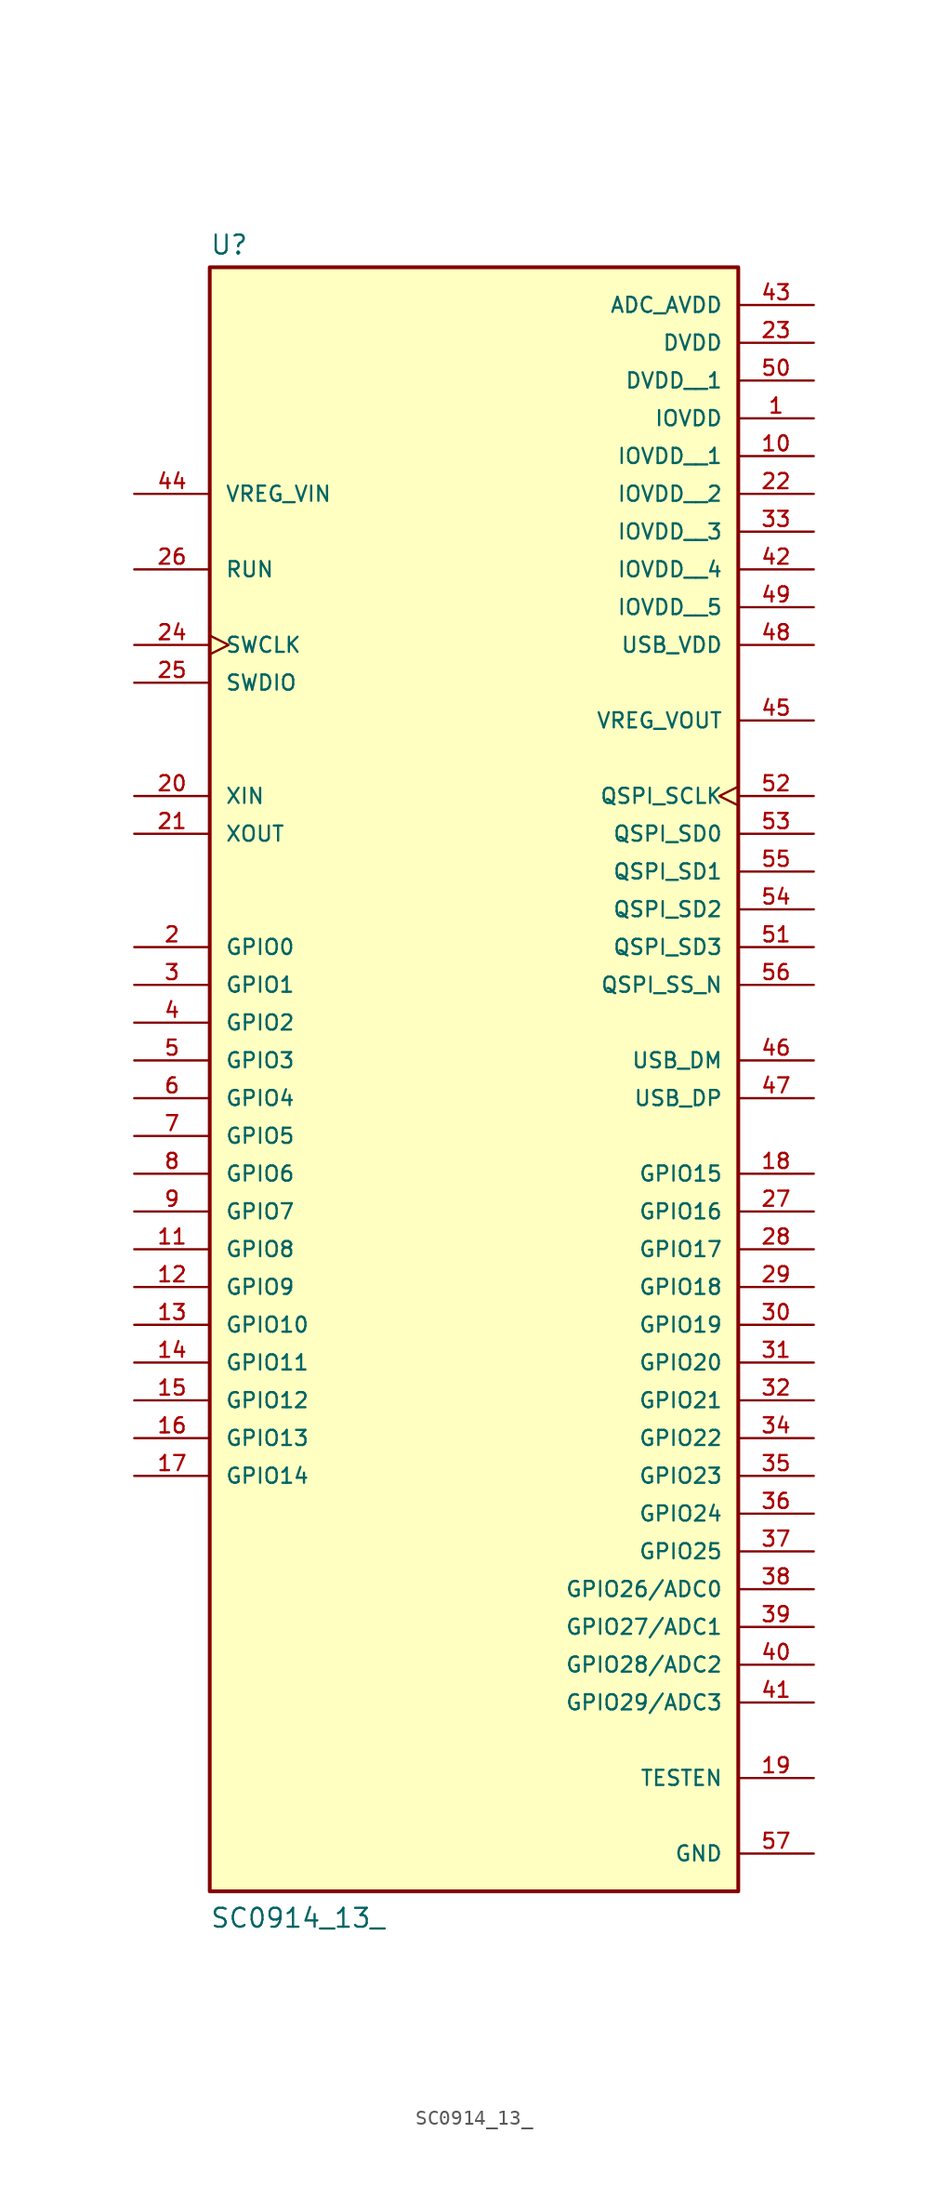
<source format=kicad_sym>
(kicad_symbol_lib
  (version 20211014)
  (generator kicad_symbol_editor)
  (symbol "SC0914_13_"
    (pin_names
      (offset 1.016))
    (property "Reference" "U"
      (at -17.78 49.022 0)
      (effects (font (size 1.27 1.27)) (justify bottom left)))
    (property "Value" "SC0914_13_"
      (at -17.78 -63.5 0)
      (effects (font (size 1.27 1.27)) (justify bottom left)))
    (symbol "SC0914_13__0_0"
      (rectangle (start -17.78 -60.96) (end 17.78 48.26) (stroke (width 0.254)) (fill (type background)))
      (pin bidirectional line (at -22.86 2.54 0) (length 5.08) (name "GPIO0" (effects (font (size 1.016 1.016)))) (number "2" (effects (font (size 1.016 1.016)))))
      (pin bidirectional line (at -22.86 0.0 0) (length 5.08) (name "GPIO1" (effects (font (size 1.016 1.016)))) (number "3" (effects (font (size 1.016 1.016)))))
      (pin bidirectional line (at -22.86 -2.54 0) (length 5.08) (name "GPIO2" (effects (font (size 1.016 1.016)))) (number "4" (effects (font (size 1.016 1.016)))))
      (pin bidirectional line (at -22.86 -5.08 0) (length 5.08) (name "GPIO3" (effects (font (size 1.016 1.016)))) (number "5" (effects (font (size 1.016 1.016)))))
      (pin bidirectional line (at -22.86 -7.62 0) (length 5.08) (name "GPIO4" (effects (font (size 1.016 1.016)))) (number "6" (effects (font (size 1.016 1.016)))))
      (pin bidirectional line (at -22.86 -10.16 0) (length 5.08) (name "GPIO5" (effects (font (size 1.016 1.016)))) (number "7" (effects (font (size 1.016 1.016)))))
      (pin bidirectional line (at -22.86 -12.7 0) (length 5.08) (name "GPIO6" (effects (font (size 1.016 1.016)))) (number "8" (effects (font (size 1.016 1.016)))))
      (pin bidirectional line (at -22.86 -15.24 0) (length 5.08) (name "GPIO7" (effects (font (size 1.016 1.016)))) (number "9" (effects (font (size 1.016 1.016)))))
      (pin bidirectional line (at -22.86 -17.78 0) (length 5.08) (name "GPIO8" (effects (font (size 1.016 1.016)))) (number "11" (effects (font (size 1.016 1.016)))))
      (pin bidirectional line (at -22.86 -20.32 0) (length 5.08) (name "GPIO9" (effects (font (size 1.016 1.016)))) (number "12" (effects (font (size 1.016 1.016)))))
      (pin bidirectional line (at -22.86 -22.86 0) (length 5.08) (name "GPIO10" (effects (font (size 1.016 1.016)))) (number "13" (effects (font (size 1.016 1.016)))))
      (pin bidirectional line (at -22.86 -25.4 0) (length 5.08) (name "GPIO11" (effects (font (size 1.016 1.016)))) (number "14" (effects (font (size 1.016 1.016)))))
      (pin bidirectional line (at -22.86 -27.94 0) (length 5.08) (name "GPIO12" (effects (font (size 1.016 1.016)))) (number "15" (effects (font (size 1.016 1.016)))))
      (pin bidirectional line (at -22.86 -30.48 0) (length 5.08) (name "GPIO13" (effects (font (size 1.016 1.016)))) (number "16" (effects (font (size 1.016 1.016)))))
      (pin bidirectional line (at -22.86 -33.02 0) (length 5.08) (name "GPIO14" (effects (font (size 1.016 1.016)))) (number "17" (effects (font (size 1.016 1.016)))))
      (pin bidirectional line (at 22.86 -12.7 180.0) (length 5.08) (name "GPIO15" (effects (font (size 1.016 1.016)))) (number "18" (effects (font (size 1.016 1.016)))))
      (pin bidirectional line (at 22.86 -15.24 180.0) (length 5.08) (name "GPIO16" (effects (font (size 1.016 1.016)))) (number "27" (effects (font (size 1.016 1.016)))))
      (pin bidirectional line (at 22.86 -17.78 180.0) (length 5.08) (name "GPIO17" (effects (font (size 1.016 1.016)))) (number "28" (effects (font (size 1.016 1.016)))))
      (pin bidirectional line (at 22.86 -20.32 180.0) (length 5.08) (name "GPIO18" (effects (font (size 1.016 1.016)))) (number "29" (effects (font (size 1.016 1.016)))))
      (pin bidirectional line (at 22.86 -22.86 180.0) (length 5.08) (name "GPIO19" (effects (font (size 1.016 1.016)))) (number "30" (effects (font (size 1.016 1.016)))))
      (pin bidirectional line (at 22.86 -25.4 180.0) (length 5.08) (name "GPIO20" (effects (font (size 1.016 1.016)))) (number "31" (effects (font (size 1.016 1.016)))))
      (pin bidirectional line (at 22.86 -27.94 180.0) (length 5.08) (name "GPIO21" (effects (font (size 1.016 1.016)))) (number "32" (effects (font (size 1.016 1.016)))))
      (pin bidirectional line (at 22.86 -30.48 180.0) (length 5.08) (name "GPIO22" (effects (font (size 1.016 1.016)))) (number "34" (effects (font (size 1.016 1.016)))))
      (pin bidirectional line (at 22.86 -33.02 180.0) (length 5.08) (name "GPIO23" (effects (font (size 1.016 1.016)))) (number "35" (effects (font (size 1.016 1.016)))))
      (pin bidirectional line (at 22.86 -35.56 180.0) (length 5.08) (name "GPIO24" (effects (font (size 1.016 1.016)))) (number "36" (effects (font (size 1.016 1.016)))))
      (pin bidirectional line (at 22.86 -38.1 180.0) (length 5.08) (name "GPIO25" (effects (font (size 1.016 1.016)))) (number "37" (effects (font (size 1.016 1.016)))))
      (pin bidirectional line (at 22.86 -40.64 180.0) (length 5.08) (name "GPIO26/ADC0" (effects (font (size 1.016 1.016)))) (number "38" (effects (font (size 1.016 1.016)))))
      (pin bidirectional line (at 22.86 -43.18 180.0) (length 5.08) (name "GPIO27/ADC1" (effects (font (size 1.016 1.016)))) (number "39" (effects (font (size 1.016 1.016)))))
      (pin bidirectional line (at 22.86 -45.72 180.0) (length 5.08) (name "GPIO28/ADC2" (effects (font (size 1.016 1.016)))) (number "40" (effects (font (size 1.016 1.016)))))
      (pin bidirectional line (at 22.86 -48.26 180.0) (length 5.08) (name "GPIO29/ADC3" (effects (font (size 1.016 1.016)))) (number "41" (effects (font (size 1.016 1.016)))))
      (pin bidirectional line (at 22.86 2.54 180.0) (length 5.08) (name "QSPI_SD3" (effects (font (size 1.016 1.016)))) (number "51" (effects (font (size 1.016 1.016)))))
      (pin bidirectional clock (at 22.86 12.7 180.0) (length 5.08) (name "QSPI_SCLK" (effects (font (size 1.016 1.016)))) (number "52" (effects (font (size 1.016 1.016)))))
      (pin bidirectional line (at 22.86 10.16 180.0) (length 5.08) (name "QSPI_SD0" (effects (font (size 1.016 1.016)))) (number "53" (effects (font (size 1.016 1.016)))))
      (pin bidirectional line (at 22.86 5.08 180.0) (length 5.08) (name "QSPI_SD2" (effects (font (size 1.016 1.016)))) (number "54" (effects (font (size 1.016 1.016)))))
      (pin bidirectional line (at 22.86 7.62 180.0) (length 5.08) (name "QSPI_SD1" (effects (font (size 1.016 1.016)))) (number "55" (effects (font (size 1.016 1.016)))))
      (pin bidirectional line (at 22.86 0.0 180.0) (length 5.08) (name "QSPI_SS_N" (effects (font (size 1.016 1.016)))) (number "56" (effects (font (size 1.016 1.016)))))
      (pin input line (at -22.86 12.7 0) (length 5.08) (name "XIN" (effects (font (size 1.016 1.016)))) (number "20" (effects (font (size 1.016 1.016)))))
      (pin output line (at -22.86 10.16 0) (length 5.08) (name "XOUT" (effects (font (size 1.016 1.016)))) (number "21" (effects (font (size 1.016 1.016)))))
      (pin input clock (at -22.86 22.86 0) (length 5.08) (name "SWCLK" (effects (font (size 1.016 1.016)))) (number "24" (effects (font (size 1.016 1.016)))))
      (pin bidirectional line (at -22.86 20.32 0) (length 5.08) (name "SWDIO" (effects (font (size 1.016 1.016)))) (number "25" (effects (font (size 1.016 1.016)))))
      (pin input line (at -22.86 27.94 0) (length 5.08) (name "RUN" (effects (font (size 1.016 1.016)))) (number "26" (effects (font (size 1.016 1.016)))))
      (pin passive line (at 22.86 -53.34 180.0) (length 5.08) (name "TESTEN" (effects (font (size 1.016 1.016)))) (number "19" (effects (font (size 1.016 1.016)))))
      (pin bidirectional line (at 22.86 -7.62 180.0) (length 5.08) (name "USB_DP" (effects (font (size 1.016 1.016)))) (number "47" (effects (font (size 1.016 1.016)))))
      (pin bidirectional line (at 22.86 -5.08 180.0) (length 5.08) (name "USB_DM" (effects (font (size 1.016 1.016)))) (number "46" (effects (font (size 1.016 1.016)))))
      (pin output line (at 22.86 17.78 180.0) (length 5.08) (name "VREG_VOUT" (effects (font (size 1.016 1.016)))) (number "45" (effects (font (size 1.016 1.016)))))
      (pin input line (at -22.86 33.02 0) (length 5.08) (name "VREG_VIN" (effects (font (size 1.016 1.016)))) (number "44" (effects (font (size 1.016 1.016)))))
      (pin power_in line (at 22.86 22.86 180.0) (length 5.08) (name "USB_VDD" (effects (font (size 1.016 1.016)))) (number "48" (effects (font (size 1.016 1.016)))))
      (pin power_in line (at 22.86 38.1 180.0) (length 5.08) (name "IOVDD" (effects (font (size 1.016 1.016)))) (number "1" (effects (font (size 1.016 1.016)))))
      (pin power_in line (at 22.86 43.18 180.0) (length 5.08) (name "DVDD" (effects (font (size 1.016 1.016)))) (number "23" (effects (font (size 1.016 1.016)))))
      (pin power_in line (at 22.86 45.72 180.0) (length 5.08) (name "ADC_AVDD" (effects (font (size 1.016 1.016)))) (number "43" (effects (font (size 1.016 1.016)))))
      (pin power_in line (at 22.86 -58.42 180.0) (length 5.08) (name "GND" (effects (font (size 1.016 1.016)))) (number "57" (effects (font (size 1.016 1.016)))))
      (pin power_in line (at 22.86 40.64 180.0) (length 5.08) (name "DVDD__1" (effects (font (size 1.016 1.016)))) (number "50" (effects (font (size 1.016 1.016)))))
      (pin power_in line (at 22.86 35.56 180.0) (length 5.08) (name "IOVDD__1" (effects (font (size 1.016 1.016)))) (number "10" (effects (font (size 1.016 1.016)))))
      (pin power_in line (at 22.86 33.02 180.0) (length 5.08) (name "IOVDD__2" (effects (font (size 1.016 1.016)))) (number "22" (effects (font (size 1.016 1.016)))))
      (pin power_in line (at 22.86 30.48 180.0) (length 5.08) (name "IOVDD__3" (effects (font (size 1.016 1.016)))) (number "33" (effects (font (size 1.016 1.016)))))
      (pin power_in line (at 22.86 27.94 180.0) (length 5.08) (name "IOVDD__4" (effects (font (size 1.016 1.016)))) (number "42" (effects (font (size 1.016 1.016)))))
      (pin power_in line (at 22.86 25.4 180.0) (length 5.08) (name "IOVDD__5" (effects (font (size 1.016 1.016)))) (number "49" (effects (font (size 1.016 1.016))))))))
</source>
